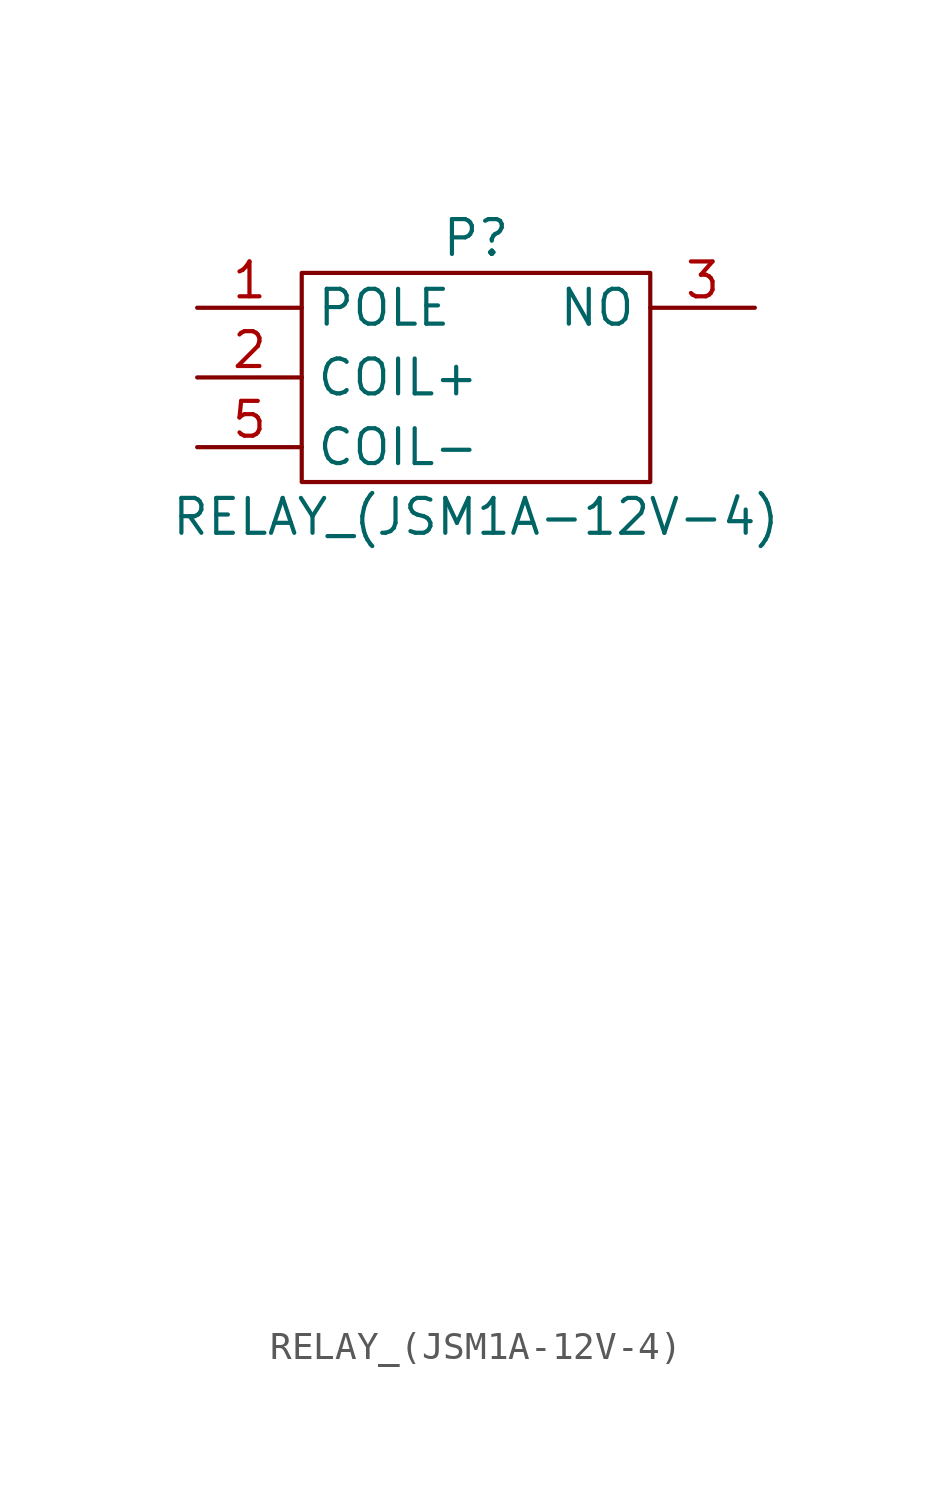
<source format=kicad_sym>
(kicad_symbol_lib
  (version 20220914)
  (generator kicad_symbol_editor)
  (symbol "RELAY_(JSM1A-12V-4)"
    (property "Reference" "P"
      (at 0 5.08 0)
      (effects (font (size 1.27 1.27))))
    (property "Value" "RELAY_(JSM1A-12V-4)"
      (at 0 -5.08 0)
      (effects (font (size 1.27 1.27))))
    (property "Datasheet" ""
      (at 0 -30.48 0)
      (effects (font (size 1.27 1.27))))
    (symbol "RELAY_(JSM1A-12V-4)_0_1"
      (rectangle (start -6.35 3.81) (end 6.35 -3.81) (stroke (width 0) (type solid)) (fill (type none))))
    (symbol "RELAY_(JSM1A-12V-4)_1_1"
      (pin passive line (at -10.16 2.54 0) (length 3.81) (name "POLE" (effects (font (size 1.27 1.27)))) (number "1" (effects (font (size 1.27 1.27)))))
      (pin passive line (at -10.16 0 0) (length 3.81) (name "COIL+" (effects (font (size 1.27 1.27)))) (number "2" (effects (font (size 1.27 1.27)))))
      (pin passive line (at 10.16 2.54 180) (length 3.81) (name "NO" (effects (font (size 1.27 1.27)))) (number "3" (effects (font (size 1.27 1.27)))))
      (pin passive line (at -10.16 -2.54 0) (length 3.81) (name "COIL-" (effects (font (size 1.27 1.27)))) (number "5" (effects (font (size 1.27 1.27))))))))
</source>
